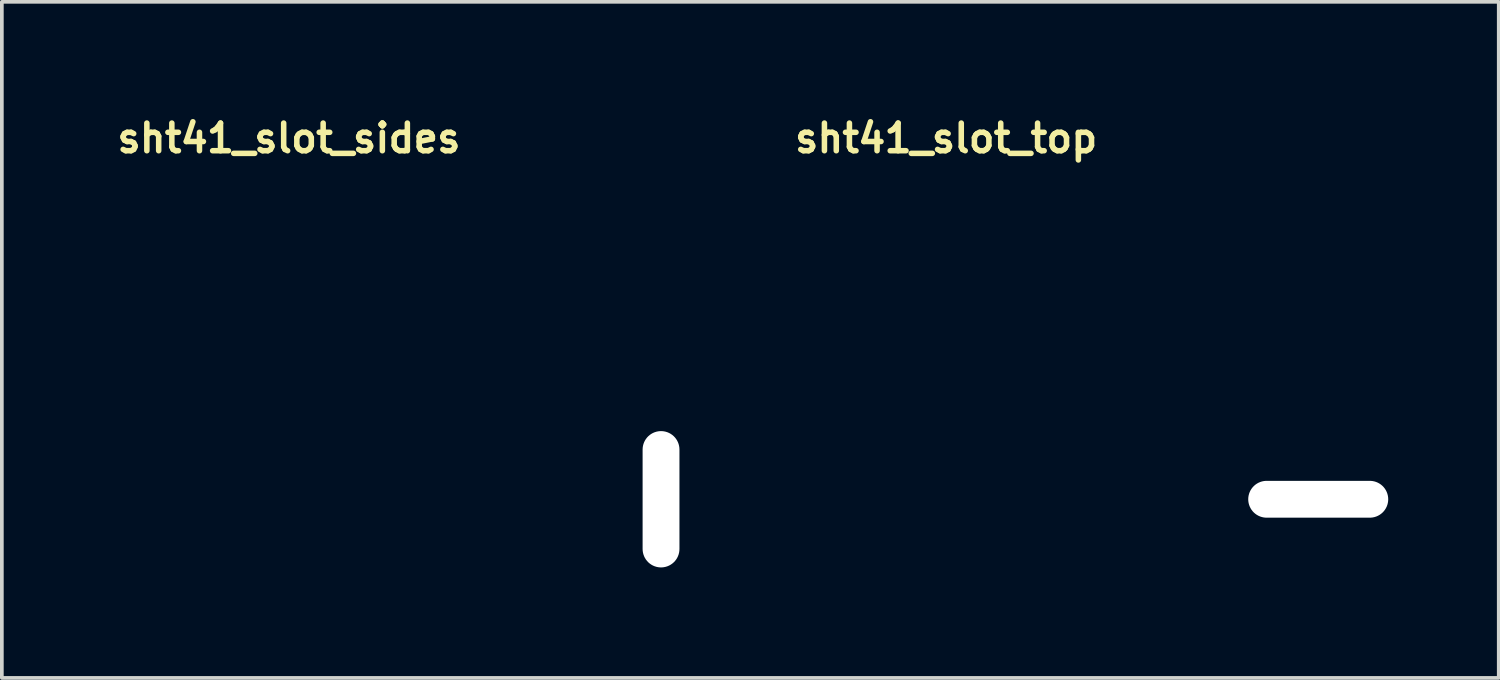
<source format=kicad_pcb>
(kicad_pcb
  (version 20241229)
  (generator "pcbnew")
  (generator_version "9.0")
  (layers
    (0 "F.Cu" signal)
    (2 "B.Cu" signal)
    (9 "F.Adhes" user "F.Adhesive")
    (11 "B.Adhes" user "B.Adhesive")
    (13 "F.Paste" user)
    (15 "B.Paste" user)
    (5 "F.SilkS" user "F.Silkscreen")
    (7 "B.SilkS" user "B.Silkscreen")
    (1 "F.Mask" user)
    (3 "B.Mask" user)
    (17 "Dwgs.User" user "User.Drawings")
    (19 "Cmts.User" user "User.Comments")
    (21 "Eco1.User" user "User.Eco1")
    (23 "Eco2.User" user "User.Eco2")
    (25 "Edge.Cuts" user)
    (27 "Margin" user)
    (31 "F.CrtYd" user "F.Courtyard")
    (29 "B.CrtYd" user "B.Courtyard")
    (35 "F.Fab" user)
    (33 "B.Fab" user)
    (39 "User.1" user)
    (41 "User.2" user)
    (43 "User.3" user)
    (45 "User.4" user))
  (footprint "sht41_slot_sides"
    (layer "F.Cu")
    (at 14.893 10.502)
    (property "Reference" "sht41_slot_sides" (at -10.1 -9.8 0) (unlocked yes) (layer "F.SilkS") (effects (font (size 0.75 0.75) (thickness 0.15))))
    (attr through_hole board_only exclude_from_pos_files exclude_from_bom allow_missing_courtyard)
    (pad "" np_thru_hole oval (at 0 0) (size 1 3.7) (drill oval 1 3.7) (layers "*.Cu" "*.Mask")))
  (footprint "sht41_slot_top"
    (layer "F.Cu")
    (at 32.732 10.502)
    (property "Reference" "sht41_slot_top" (at -10.1 -9.8 0) (unlocked yes) (layer "F.SilkS") (effects (font (size 0.75 0.75) (thickness 0.15))))
    (attr through_hole board_only exclude_from_pos_files exclude_from_bom allow_missing_courtyard)
    (pad "" np_thru_hole oval (at 0 0) (size 3.8 1) (drill oval 3.8 1) (layers "*.Cu" "*.Mask")))
  (gr_rect
    (start -3 -3)
    (end 37.632 15.352)
    (stroke (width 0.1) (type default))
    (fill no)
    (layer "Edge.Cuts")))
</source>
